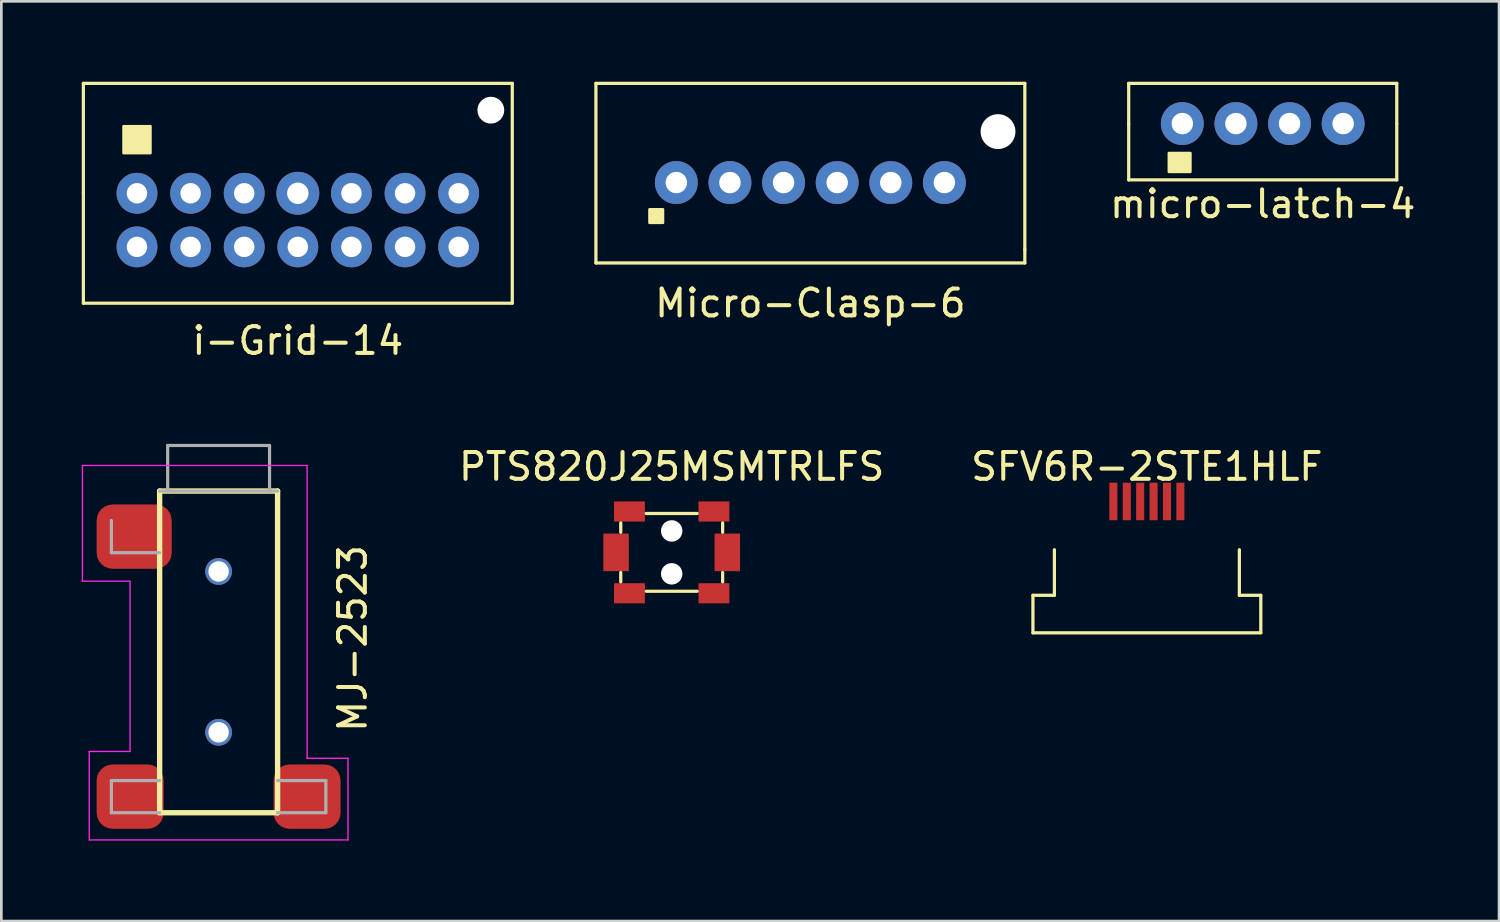
<source format=kicad_pcb>
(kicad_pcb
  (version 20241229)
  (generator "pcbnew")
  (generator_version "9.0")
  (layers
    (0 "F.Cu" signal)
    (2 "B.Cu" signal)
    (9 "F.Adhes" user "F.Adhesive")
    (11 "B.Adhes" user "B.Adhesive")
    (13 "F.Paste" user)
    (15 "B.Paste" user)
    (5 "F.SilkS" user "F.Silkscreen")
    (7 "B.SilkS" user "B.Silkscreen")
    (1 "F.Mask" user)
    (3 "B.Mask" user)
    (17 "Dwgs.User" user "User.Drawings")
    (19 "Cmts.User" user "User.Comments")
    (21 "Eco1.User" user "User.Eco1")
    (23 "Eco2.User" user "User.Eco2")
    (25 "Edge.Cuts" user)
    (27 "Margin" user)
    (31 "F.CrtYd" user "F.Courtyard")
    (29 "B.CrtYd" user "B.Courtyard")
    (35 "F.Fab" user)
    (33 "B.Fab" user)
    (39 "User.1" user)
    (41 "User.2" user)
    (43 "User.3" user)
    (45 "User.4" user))
  (footprint "MJ-2523"
    (layer "F.Cu")
    (at 5.105 15.268)
    (property "Reference" "MJ-2523" (at 5 5.5 270) (layer "F.SilkS") (effects (font (size 1 1) (thickness 0.15))))
    (attr through_hole)
    (fp_line (start -2.2 12) (end -2.2 0) (stroke (width 0.2) (type solid)) (layer "F.SilkS"))
    (fp_line (start 2.2 0) (end -2.2 0) (stroke (width 0.2) (type solid)) (layer "F.SilkS"))
    (fp_line (start 2.2 0) (end 2.2 12) (stroke (width 0.2) (type solid)) (layer "F.SilkS"))
    (fp_line (start 2.2 12) (end -2.2 12) (stroke (width 0.2) (type solid)) (layer "F.SilkS"))
    (fp_line (start -5.08 -0.954) (end -5.08 3.364) (stroke (width 0.05) (type solid)) (layer "F.CrtYd"))
    (fp_line (start -5.08 3.364) (end -3.302 3.364) (stroke (width 0.05) (type solid)) (layer "F.CrtYd"))
    (fp_line (start -4.826 9.714) (end -4.826 13.016) (stroke (width 0.05) (type solid)) (layer "F.CrtYd"))
    (fp_line (start -4.826 13.016) (end 4.826 13.016) (stroke (width 0.05) (type solid)) (layer "F.CrtYd"))
    (fp_line (start -3.302 3.364) (end -3.302 9.714) (stroke (width 0.05) (type solid)) (layer "F.CrtYd"))
    (fp_line (start -3.302 9.714) (end -4.826 9.714) (stroke (width 0.05) (type solid)) (layer "F.CrtYd"))
    (fp_line (start 3.302 -0.954) (end -5.08 -0.954) (stroke (width 0.05) (type solid)) (layer "F.CrtYd"))
    (fp_line (start 3.302 9.968) (end 3.302 -0.954) (stroke (width 0.05) (type solid)) (layer "F.CrtYd"))
    (fp_line (start 4.826 9.968) (end 3.302 9.968) (stroke (width 0.05) (type solid)) (layer "F.CrtYd"))
    (fp_line (start 4.826 13.016) (end 4.826 9.968) (stroke (width 0.05) (type solid)) (layer "F.CrtYd"))
    (fp_line (start -4 1.1) (end -4 2.3) (stroke (width 0.12) (type solid)) (layer "F.Fab"))
    (fp_line (start -4 2.3) (end -2.2 2.3) (stroke (width 0.12) (type solid)) (layer "F.Fab"))
    (fp_line (start -4 10.8) (end -4 12) (stroke (width 0.12) (type solid)) (layer "F.Fab"))
    (fp_line (start -4 12) (end -2.2 12) (stroke (width 0.12) (type solid)) (layer "F.Fab"))
    (fp_line (start -2.2 0) (end 2.2 0) (stroke (width 0.12) (type solid)) (layer "F.Fab"))
    (fp_line (start -2.2 10.8) (end -4 10.8) (stroke (width 0.12) (type solid)) (layer "F.Fab"))
    (fp_line (start -1.9 -1.7) (end -1.9 0) (stroke (width 0.12) (type solid)) (layer "F.Fab"))
    (fp_line (start 1.9 -1.7) (end -1.9 -1.7) (stroke (width 0.12) (type solid)) (layer "F.Fab"))
    (fp_line (start 1.9 0) (end 1.9 -1.7) (stroke (width 0.12) (type solid)) (layer "F.Fab"))
    (fp_line (start 2.2 12) (end 4 12) (stroke (width 0.12) (type solid)) (layer "F.Fab"))
    (fp_line (start 4 10.8) (end 2.2 10.8) (stroke (width 0.12) (type solid)) (layer "F.Fab"))
    (fp_line (start 4 12) (end 4 10.8) (stroke (width 0.12) (type solid)) (layer "F.Fab"))
    (pad "" np_thru_hole circle (at 0 3 270) (size 1 1) (drill 0.762) (layers "*.Cu" "*.Mask"))
    (pad "" np_thru_hole circle (at 0 9 270) (size 1 1) (drill 0.762) (layers "*.Cu" "*.Mask"))
    (pad "S" smd roundrect (at -3.15 1.7 270) (size 2.4 2.8) (layers "F.Cu" "F.Mask" "F.Paste") (roundrect_rratio 0.25))
    (pad "T" smd roundrect (at -3.3 11.4 270) (size 2.4 2.5) (layers "F.Cu" "F.Mask" "F.Paste") (roundrect_rratio 0.25))
    (pad "TN" smd roundrect (at 3.3 11.4 270) (size 2.4 2.5) (layers "F.Cu" "F.Mask" "F.Paste") (roundrect_rratio 0.25)))
  (footprint "i-Grid-14"
    (layer "F.Cu")
    (at 8.06 4.16)
    (property "Reference" "i-Grid-14" (at 0 5.5 0) (layer "F.SilkS") (effects (font (size 1 1) (thickness 0.15))))
    (attr through_hole)
    (fp_line (start -8 -4.1) (end 8 -4.1) (stroke (width 0.12) (type solid)) (layer "F.SilkS"))
    (fp_line (start -8 0) (end -8 -4.1) (stroke (width 0.12) (type solid)) (layer "F.SilkS"))
    (fp_line (start -8 4.1) (end -8 0) (stroke (width 0.12) (type solid)) (layer "F.SilkS"))
    (fp_line (start 8 -4.1) (end 8 4.1) (stroke (width 0.12) (type solid)) (layer "F.SilkS"))
    (fp_line (start 8 4.1) (end -8 4.1) (stroke (width 0.12) (type solid)) (layer "F.SilkS"))
    (fp_poly (pts (xy -5.5 -1.5) (xy -6.5 -1.5) (xy -6.5 -2.5) (xy -5.5 -2.5)) (stroke (width 0.1) (type solid)) (fill yes) (layer "F.SilkS"))
    (pad "" np_thru_hole circle (at 7.2 -3.1) (size 1 1) (drill 1) (layers "*.Cu" "*.Mask"))
    (pad "1" thru_hole circle (at -6 0) (size 1.524 1.524) (drill 0.762) (layers "*.Cu" "*.Mask"))
    (pad "2" thru_hole circle (at -6 2) (size 1.524 1.524) (drill 0.762) (layers "*.Cu" "*.Mask"))
    (pad "3" thru_hole circle (at -4 0) (size 1.524 1.524) (drill 0.762) (layers "*.Cu" "*.Mask"))
    (pad "4" thru_hole circle (at -4 2) (size 1.524 1.524) (drill 0.762) (layers "*.Cu" "*.Mask"))
    (pad "5" thru_hole circle (at -2 0) (size 1.524 1.524) (drill 0.762) (layers "*.Cu" "*.Mask"))
    (pad "6" thru_hole circle (at -2 2) (size 1.524 1.524) (drill 0.762) (layers "*.Cu" "*.Mask"))
    (pad "7" thru_hole circle (at 0 0) (size 1.6 1.6) (drill 0.8) (layers "*.Cu" "*.Mask"))
    (pad "8" thru_hole circle (at 0 2) (size 1.524 1.524) (drill 0.762) (layers "*.Cu" "*.Mask"))
    (pad "9" thru_hole circle (at 2 0) (size 1.524 1.524) (drill 0.762) (layers "*.Cu" "*.Mask"))
    (pad "10" thru_hole circle (at 2 2) (size 1.524 1.524) (drill 0.762) (layers "*.Cu" "*.Mask"))
    (pad "11" thru_hole circle (at 4 0) (size 1.524 1.524) (drill 0.762) (layers "*.Cu" "*.Mask"))
    (pad "12" thru_hole circle (at 4 2) (size 1.524 1.524) (drill 0.762) (layers "*.Cu" "*.Mask"))
    (pad "13" thru_hole circle (at 6 0) (size 1.524 1.524) (drill 0.762) (layers "*.Cu" "*.Mask"))
    (pad "14" thru_hole circle (at 6 2) (size 1.524 1.524) (drill 0.762) (layers "*.Cu" "*.Mask")))
  (footprint "SFV6R-2STE1HLF"
    (layer "F.Cu")
    (at 39.733 16.357)
    (property "Reference" "SFV6R-2STE1HLF" (at 0 -2 0) (layer "F.SilkS") (effects (font (size 1 1) (thickness 0.15))))
    (attr through_hole)
    (fp_line (start -4.25 2.8) (end -4.25 4.2) (stroke (width 0.12) (type solid)) (layer "F.SilkS"))
    (fp_line (start -4.25 2.8) (end -3.45 2.8) (stroke (width 0.12) (type solid)) (layer "F.SilkS"))
    (fp_line (start -3.45 1.1) (end -3.45 2.8) (stroke (width 0.12) (type solid)) (layer "F.SilkS"))
    (fp_line (start 3.45 1.1) (end 3.45 2.8) (stroke (width 0.12) (type solid)) (layer "F.SilkS"))
    (fp_line (start 3.45 2.8) (end 4.25 2.8) (stroke (width 0.12) (type solid)) (layer "F.SilkS"))
    (fp_line (start 4.25 2.8) (end 4.25 4.2) (stroke (width 0.12) (type solid)) (layer "F.SilkS"))
    (fp_line (start 4.25 4.2) (end -4.25 4.2) (stroke (width 0.12) (type solid)) (layer "F.SilkS"))
    (pad "" smd custom (at -3.025 0.55) (size 0.1 0.1) (layers "F.Paste") (options (anchor rect)) (primitives (gr_poly (pts (xy 0.075 1.15) (xy 1.325 1.15) (xy 1.325 -1.15) (xy -0.625 -1.15) (xy -0.625 -0.65) (xy -1.325 -0.65) (xy -1.325 0.45) (xy 0.075 0.45)) (width 0) (fill yes))))
    (pad "" smd custom (at 3.025 0.55) (size 0.1 0.1) (layers "F.Paste") (options (anchor rect)) (primitives (gr_poly (pts (xy -0.075 1.15) (xy -1.325 1.15) (xy -1.325 -1.15) (xy 0.625 -1.15) (xy 0.625 -0.65) (xy 1.325 -0.65) (xy 1.325 0.45) (xy -0.075 0.45)) (width 0) (fill yes))))
    (pad "1" smd rect (at -1.25 -0.7) (size 0.3 1.4) (layers "F.Cu" "F.Mask" "F.Paste"))
    (pad "2" smd rect (at -0.75 -0.7) (size 0.3 1.4) (layers "F.Cu" "F.Mask" "F.Paste"))
    (pad "3" smd rect (at -0.25 -0.7) (size 0.3 1.4) (layers "F.Cu" "F.Mask" "F.Paste"))
    (pad "4" smd rect (at 0.25 -0.7) (size 0.3 1.4) (layers "F.Cu" "F.Mask" "F.Paste"))
    (pad "5" smd rect (at 0.75 -0.7) (size 0.3 1.4) (layers "F.Cu" "F.Mask" "F.Paste"))
    (pad "6" smd rect (at 1.25 -0.7) (size 0.3 1.4) (layers "F.Cu" "F.Mask" "F.Paste")))
  (footprint "PTS820J25MSMTRLFS"
    (layer "F.Cu")
    (at 22.007 17.556)
    (property "Reference" "PTS820J25MSMTRLFS" (at 0 -3.2 0) (layer "F.SilkS") (effects (font (size 1 1) (thickness 0.15))))
    (attr through_hole)
    (fp_line (start -1.9 -1.1) (end -1.9 -0.75) (stroke (width 0.12) (type solid)) (layer "F.SilkS"))
    (fp_line (start -1.9 0.75) (end -1.9 1.1) (stroke (width 0.12) (type solid)) (layer "F.SilkS"))
    (fp_line (start -0.95 -1.45) (end 0.95 -1.45) (stroke (width 0.12) (type solid)) (layer "F.SilkS"))
    (fp_line (start -0.95 1.45) (end 0.95 1.45) (stroke (width 0.12) (type solid)) (layer "F.SilkS"))
    (fp_line (start 1.9 -1.1) (end 1.9 -0.75) (stroke (width 0.12) (type solid)) (layer "F.SilkS"))
    (fp_line (start 1.9 0.75) (end 1.9 1.1) (stroke (width 0.12) (type solid)) (layer "F.SilkS"))
    (pad "" np_thru_hole circle (at 0 -0.8) (size 0.8 0.8) (drill 0.8) (layers "*.Cu" "*.Mask"))
    (pad "" np_thru_hole circle (at 0 0.8) (size 0.8 0.8) (drill 0.8) (layers "*.Cu" "*.Mask"))
    (pad "1" smd rect (at -2.075 0) (size 0.95 1.4) (layers "F.Cu" "F.Mask" "F.Paste"))
    (pad "2" smd rect (at 2.075 0) (size 0.95 1.4) (layers "F.Cu" "F.Mask" "F.Paste"))
    (pad "3" smd rect (at -1.575 -1.525) (size 1.15 0.75) (layers "F.Cu" "F.Mask" "F.Paste"))
    (pad "3" smd rect (at -1.575 1.525) (size 1.15 0.75) (layers "F.Cu" "F.Mask" "F.Paste"))
    (pad "3" smd rect (at 1.575 -1.525) (size 1.15 0.75) (layers "F.Cu" "F.Mask" "F.Paste"))
    (pad "3" smd rect (at 1.575 1.525) (size 1.15 0.75) (layers "F.Cu" "F.Mask" "F.Paste")))
  (footprint "micro-latch-4"
    (layer "F.Cu")
    (at 44.055 1.56)
    (property "Reference" "micro-latch-4" (at 0 3 0) (layer "F.SilkS") (effects (font (size 1 1) (thickness 0.15))))
    (attr through_hole)
    (fp_line (start -5 -1.5) (end 5 -1.5) (stroke (width 0.12) (type solid)) (layer "F.SilkS"))
    (fp_line (start -5 0) (end -5 -1.5) (stroke (width 0.12) (type solid)) (layer "F.SilkS"))
    (fp_line (start -5 0) (end -5 2.1) (stroke (width 0.12) (type solid)) (layer "F.SilkS"))
    (fp_line (start -5 2.1) (end 5 2.1) (stroke (width 0.12) (type solid)) (layer "F.SilkS"))
    (fp_line (start 5 -1.5) (end 5 0) (stroke (width 0.12) (type solid)) (layer "F.SilkS"))
    (fp_line (start 5 2.1) (end 5 0) (stroke (width 0.12) (type solid)) (layer "F.SilkS"))
    (fp_poly (pts (xy -2.7 1.8) (xy -3.5 1.8) (xy -3.5 1.1) (xy -2.7 1.1)) (stroke (width 0.1) (type solid)) (fill yes) (layer "F.SilkS"))
    (pad "1" thru_hole circle (at -3 0) (size 1.6 1.6) (drill 0.8) (layers "*.Cu" "*.Mask"))
    (pad "2" thru_hole circle (at -1 0) (size 1.6 1.6) (drill 0.8) (layers "*.Cu" "*.Mask"))
    (pad "3" thru_hole circle (at 1 0) (size 1.6 1.6) (drill 0.8) (layers "*.Cu" "*.Mask"))
    (pad "4" thru_hole circle (at 3 0) (size 1.6 1.6) (drill 0.8) (layers "*.Cu" "*.Mask")))
  (footprint "Micro-Clasp-6"
    (layer "F.Cu")
    (at 27.18 3.76)
    (property "Reference" "Micro-Clasp-6" (at 0 4.5 0) (layer "F.SilkS") (effects (font (size 1 1) (thickness 0.15))))
    (attr through_hole)
    (fp_line (start -8 -3.7) (end 8 -3.7) (stroke (width 0.12) (type solid)) (layer "F.SilkS"))
    (fp_line (start -8 3) (end -8 -3.7) (stroke (width 0.12) (type solid)) (layer "F.SilkS"))
    (fp_line (start -8 3) (end 8 3) (stroke (width 0.12) (type solid)) (layer "F.SilkS"))
    (fp_line (start 8 -3.7) (end 8 2.5) (stroke (width 0.12) (type solid)) (layer "F.SilkS"))
    (fp_line (start 8 3) (end 8 2.5) (stroke (width 0.12) (type solid)) (layer "F.SilkS"))
    (fp_poly (pts (xy -5.5 1.5) (xy -6 1.5) (xy -6 1) (xy -5.5 1)) (stroke (width 0.1) (type solid)) (fill yes) (layer "F.SilkS"))
    (pad "" np_thru_hole circle (at 7 -1.9) (size 1.3 1.3) (drill 1.3) (layers "*.Cu" "*.Mask"))
    (pad "1" thru_hole circle (at -5 0) (size 1.6 1.6) (drill 0.8) (layers "*.Cu" "*.Mask"))
    (pad "2" thru_hole circle (at -3 0) (size 1.6 1.6) (drill 0.8) (layers "*.Cu" "*.Mask"))
    (pad "3" thru_hole circle (at -1 0) (size 1.6 1.6) (drill 0.8) (layers "*.Cu" "*.Mask"))
    (pad "4" thru_hole circle (at 1 0) (size 1.6 1.6) (drill 0.8) (layers "*.Cu" "*.Mask"))
    (pad "5" thru_hole circle (at 3 0) (size 1.6 1.6) (drill 0.8) (layers "*.Cu" "*.Mask"))
    (pad "6" thru_hole circle (at 5 0) (size 1.6 1.6) (drill 0.8) (layers "*.Cu" "*.Mask")))
  (gr_rect
    (start -3 -3)
    (end 52.871 31.309)
    (stroke (width 0.1) (type default))
    (fill no)
    (layer "Edge.Cuts")))
</source>
